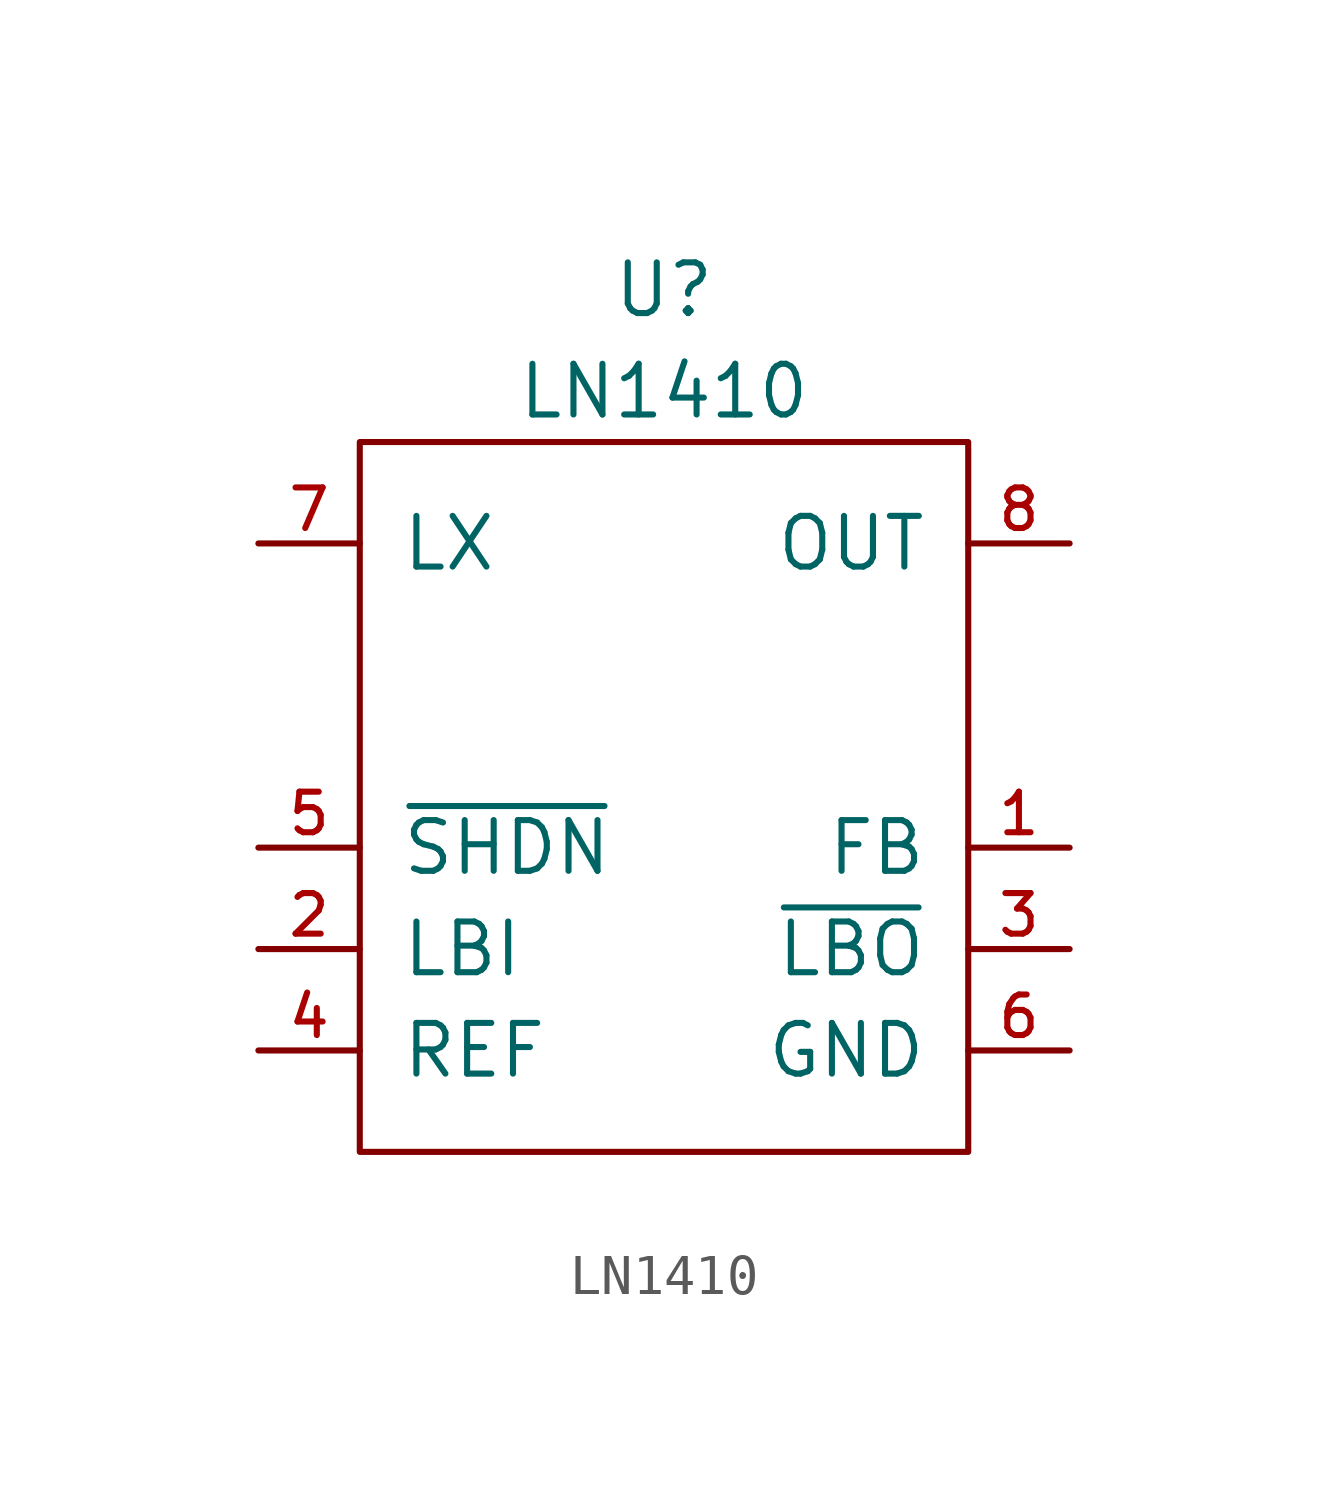
<source format=kicad_sym>
(kicad_symbol_lib
  (version 20211014)
  (generator kicad_symbol_editor)
  (symbol "LN1410"
    (pin_names
      (offset 1.016))
    (property "Reference" "U"
      (at 0 12.7 0)
      (effects (font (size 1.27 1.27))))
    (property "Value" "LN1410"
      (at 0 10.16 0)
      (effects (font (size 1.27 1.27))))
    (symbol "LN1410_0_1"
      (rectangle (start -7.62 8.89) (end 7.62 -8.89) (stroke (width 0) (type default) (color 0 0 0 0)) (fill (type none))))
    (symbol "LN1410_1_1"
      (pin passive line (at 10.16 -1.27 180) (length 2.54) (name "FB" (effects (font (size 1.27 1.27)))) (number "1" (effects (font (size 1.016 1.016)))))
      (pin passive line (at -10.16 -3.81 0) (length 2.54) (name "LBI" (effects (font (size 1.27 1.27)))) (number "2" (effects (font (size 1.016 1.016)))))
      (pin open_collector line (at 10.16 -3.81 180) (length 2.54) (name "~{LBO}" (effects (font (size 1.27 1.27)))) (number "3" (effects (font (size 1.016 1.016)))))
      (pin passive line (at -10.16 -6.35 0) (length 2.54) (name "REF" (effects (font (size 1.27 1.27)))) (number "4" (effects (font (size 1.016 1.016)))))
      (pin input line (at -10.16 -1.27 0) (length 2.54) (name "~{SHDN}" (effects (font (size 1.27 1.27)))) (number "5" (effects (font (size 1.016 1.016)))))
      (pin power_in line (at 10.16 -6.35 180) (length 2.54) (name "GND" (effects (font (size 1.27 1.27)))) (number "6" (effects (font (size 1.016 1.016)))))
      (pin passive line (at -10.16 6.35 0) (length 2.54) (name "LX" (effects (font (size 1.27 1.27)))) (number "7" (effects (font (size 1.016 1.016)))))
      (pin power_out line (at 10.16 6.35 180) (length 2.54) (name "OUT" (effects (font (size 1.27 1.27)))) (number "8" (effects (font (size 1.016 1.016))))))))
</source>
